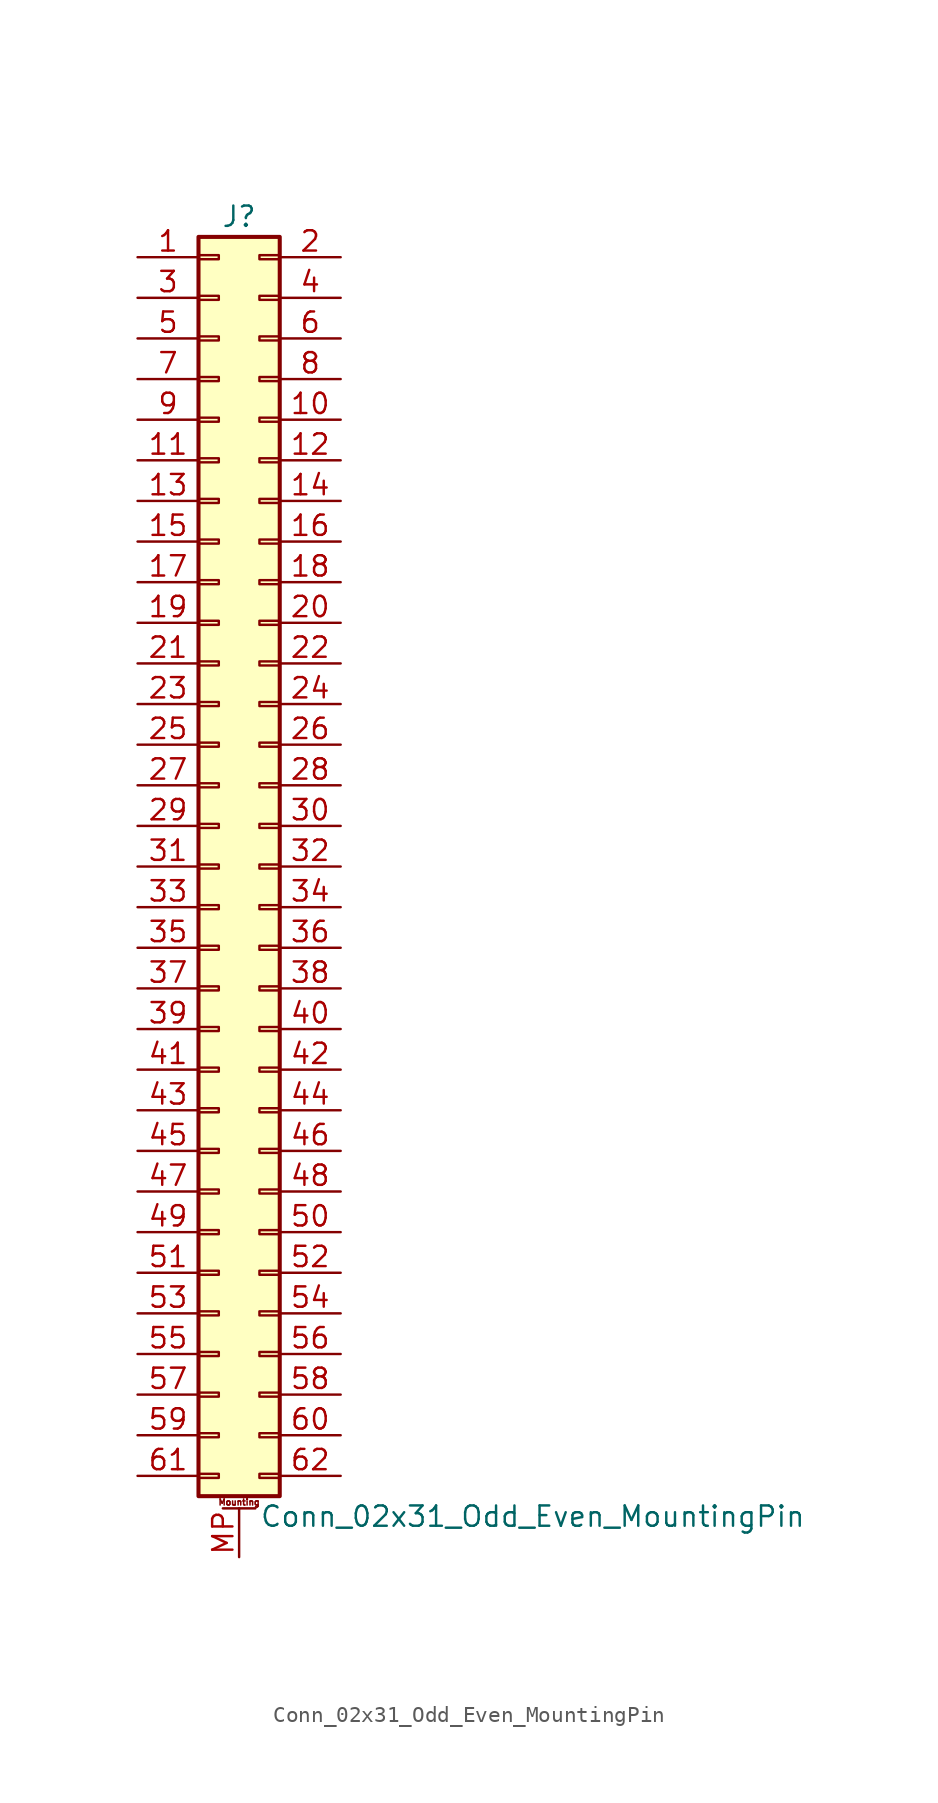
<source format=kicad_sym>
(kicad_symbol_lib
  (version 20201005)
  (generator kicad_symbol_editor)
  (symbol "Conn_02x31_Odd_Even_MountingPin"
    (pin_names
      (offset 1.016) hide)
    (property "Reference" "J"
      (at 1.27 40.64 0)
      (effects (font (size 1.27 1.27))))
    (property "Value" "Conn_02x31_Odd_Even_MountingPin"
      (at 2.54 -40.64 0)
      (effects (font (size 1.27 1.27)) (justify left)))
    (symbol "Conn_02x31_Odd_Even_MountingPin_1_1"
      (text "Mounting" (at 1.27 -39.751 0) (effects (font (size 0.381 0.381))))
      (rectangle (start -1.27 -37.973) (end 0 -38.227) (stroke (width 0.152)) (fill (type none)))
      (rectangle (start -1.27 -35.433) (end 0 -35.687) (stroke (width 0.152)) (fill (type none)))
      (rectangle (start -1.27 -32.893) (end 0 -33.147) (stroke (width 0.152)) (fill (type none)))
      (rectangle (start -1.27 -30.353) (end 0 -30.607) (stroke (width 0.152)) (fill (type none)))
      (rectangle (start -1.27 -27.813) (end 0 -28.067) (stroke (width 0.152)) (fill (type none)))
      (rectangle (start -1.27 -25.273) (end 0 -25.527) (stroke (width 0.152)) (fill (type none)))
      (rectangle (start -1.27 -22.733) (end 0 -22.987) (stroke (width 0.152)) (fill (type none)))
      (rectangle (start -1.27 -20.193) (end 0 -20.447) (stroke (width 0.152)) (fill (type none)))
      (rectangle (start -1.27 -17.653) (end 0 -17.907) (stroke (width 0.152)) (fill (type none)))
      (rectangle (start -1.27 -15.113) (end 0 -15.367) (stroke (width 0.152)) (fill (type none)))
      (rectangle (start -1.27 -12.573) (end 0 -12.827) (stroke (width 0.152)) (fill (type none)))
      (rectangle (start -1.27 -10.033) (end 0 -10.287) (stroke (width 0.152)) (fill (type none)))
      (rectangle (start -1.27 -7.493) (end 0 -7.747) (stroke (width 0.152)) (fill (type none)))
      (rectangle (start -1.27 -4.953) (end 0 -5.207) (stroke (width 0.152)) (fill (type none)))
      (rectangle (start -1.27 -2.413) (end 0 -2.667) (stroke (width 0.152)) (fill (type none)))
      (rectangle (start -1.27 0.127) (end 0 -0.127) (stroke (width 0.152)) (fill (type none)))
      (rectangle (start -1.27 2.667) (end 0 2.413) (stroke (width 0.152)) (fill (type none)))
      (rectangle (start -1.27 5.207) (end 0 4.953) (stroke (width 0.152)) (fill (type none)))
      (rectangle (start -1.27 7.747) (end 0 7.493) (stroke (width 0.152)) (fill (type none)))
      (rectangle (start -1.27 10.287) (end 0 10.033) (stroke (width 0.152)) (fill (type none)))
      (rectangle (start -1.27 12.827) (end 0 12.573) (stroke (width 0.152)) (fill (type none)))
      (rectangle (start -1.27 15.367) (end 0 15.113) (stroke (width 0.152)) (fill (type none)))
      (rectangle (start -1.27 17.907) (end 0 17.653) (stroke (width 0.152)) (fill (type none)))
      (rectangle (start -1.27 20.447) (end 0 20.193) (stroke (width 0.152)) (fill (type none)))
      (rectangle (start -1.27 22.987) (end 0 22.733) (stroke (width 0.152)) (fill (type none)))
      (rectangle (start -1.27 25.527) (end 0 25.273) (stroke (width 0.152)) (fill (type none)))
      (rectangle (start -1.27 28.067) (end 0 27.813) (stroke (width 0.152)) (fill (type none)))
      (rectangle (start -1.27 30.607) (end 0 30.353) (stroke (width 0.152)) (fill (type none)))
      (rectangle (start -1.27 33.147) (end 0 32.893) (stroke (width 0.152)) (fill (type none)))
      (rectangle (start -1.27 35.687) (end 0 35.433) (stroke (width 0.152)) (fill (type none)))
      (rectangle (start -1.27 38.227) (end 0 37.973) (stroke (width 0.152)) (fill (type none)))
      (rectangle (start 3.81 -37.973) (end 2.54 -38.227) (stroke (width 0.152)) (fill (type none)))
      (rectangle (start 3.81 -35.433) (end 2.54 -35.687) (stroke (width 0.152)) (fill (type none)))
      (rectangle (start 3.81 -32.893) (end 2.54 -33.147) (stroke (width 0.152)) (fill (type none)))
      (rectangle (start 3.81 -30.353) (end 2.54 -30.607) (stroke (width 0.152)) (fill (type none)))
      (rectangle (start 3.81 -27.813) (end 2.54 -28.067) (stroke (width 0.152)) (fill (type none)))
      (rectangle (start 3.81 -25.273) (end 2.54 -25.527) (stroke (width 0.152)) (fill (type none)))
      (rectangle (start 3.81 -22.733) (end 2.54 -22.987) (stroke (width 0.152)) (fill (type none)))
      (rectangle (start 3.81 -20.193) (end 2.54 -20.447) (stroke (width 0.152)) (fill (type none)))
      (rectangle (start 3.81 -17.653) (end 2.54 -17.907) (stroke (width 0.152)) (fill (type none)))
      (rectangle (start 3.81 -15.113) (end 2.54 -15.367) (stroke (width 0.152)) (fill (type none)))
      (rectangle (start 3.81 -12.573) (end 2.54 -12.827) (stroke (width 0.152)) (fill (type none)))
      (rectangle (start 3.81 -10.033) (end 2.54 -10.287) (stroke (width 0.152)) (fill (type none)))
      (rectangle (start 3.81 -7.493) (end 2.54 -7.747) (stroke (width 0.152)) (fill (type none)))
      (rectangle (start 3.81 -4.953) (end 2.54 -5.207) (stroke (width 0.152)) (fill (type none)))
      (rectangle (start 3.81 -2.413) (end 2.54 -2.667) (stroke (width 0.152)) (fill (type none)))
      (rectangle (start 3.81 0.127) (end 2.54 -0.127) (stroke (width 0.152)) (fill (type none)))
      (rectangle (start 3.81 2.667) (end 2.54 2.413) (stroke (width 0.152)) (fill (type none)))
      (rectangle (start 3.81 5.207) (end 2.54 4.953) (stroke (width 0.152)) (fill (type none)))
      (rectangle (start 3.81 7.747) (end 2.54 7.493) (stroke (width 0.152)) (fill (type none)))
      (rectangle (start 3.81 10.287) (end 2.54 10.033) (stroke (width 0.152)) (fill (type none)))
      (rectangle (start 3.81 12.827) (end 2.54 12.573) (stroke (width 0.152)) (fill (type none)))
      (rectangle (start 3.81 15.367) (end 2.54 15.113) (stroke (width 0.152)) (fill (type none)))
      (rectangle (start 3.81 17.907) (end 2.54 17.653) (stroke (width 0.152)) (fill (type none)))
      (rectangle (start 3.81 20.447) (end 2.54 20.193) (stroke (width 0.152)) (fill (type none)))
      (rectangle (start 3.81 22.987) (end 2.54 22.733) (stroke (width 0.152)) (fill (type none)))
      (rectangle (start 3.81 25.527) (end 2.54 25.273) (stroke (width 0.152)) (fill (type none)))
      (rectangle (start 3.81 28.067) (end 2.54 27.813) (stroke (width 0.152)) (fill (type none)))
      (rectangle (start 3.81 30.607) (end 2.54 30.353) (stroke (width 0.152)) (fill (type none)))
      (rectangle (start 3.81 33.147) (end 2.54 32.893) (stroke (width 0.152)) (fill (type none)))
      (rectangle (start 3.81 35.687) (end 2.54 35.433) (stroke (width 0.152)) (fill (type none)))
      (rectangle (start 3.81 38.227) (end 2.54 37.973) (stroke (width 0.152)) (fill (type none)))
      (rectangle (start -1.27 39.37) (end 3.81 -39.37) (stroke (width 0.254)) (fill (type background)))
      (polyline (pts (xy 0.254 -40.132) (xy 2.286 -40.132)) (stroke (width 0.152)) (fill (type none)))
      (pin passive line (at -5.08 38.1 0) (length 3.81) (name "Pin_1" (effects (font (size 1.27 1.27)))) (number "1" (effects (font (size 1.27 1.27)))))
      (pin passive line (at 7.62 27.94 180) (length 3.81) (name "Pin_10" (effects (font (size 1.27 1.27)))) (number "10" (effects (font (size 1.27 1.27)))))
      (pin passive line (at -5.08 25.4 0) (length 3.81) (name "Pin_11" (effects (font (size 1.27 1.27)))) (number "11" (effects (font (size 1.27 1.27)))))
      (pin passive line (at 7.62 25.4 180) (length 3.81) (name "Pin_12" (effects (font (size 1.27 1.27)))) (number "12" (effects (font (size 1.27 1.27)))))
      (pin passive line (at -5.08 22.86 0) (length 3.81) (name "Pin_13" (effects (font (size 1.27 1.27)))) (number "13" (effects (font (size 1.27 1.27)))))
      (pin passive line (at 7.62 22.86 180) (length 3.81) (name "Pin_14" (effects (font (size 1.27 1.27)))) (number "14" (effects (font (size 1.27 1.27)))))
      (pin passive line (at -5.08 20.32 0) (length 3.81) (name "Pin_15" (effects (font (size 1.27 1.27)))) (number "15" (effects (font (size 1.27 1.27)))))
      (pin passive line (at 7.62 20.32 180) (length 3.81) (name "Pin_16" (effects (font (size 1.27 1.27)))) (number "16" (effects (font (size 1.27 1.27)))))
      (pin passive line (at -5.08 17.78 0) (length 3.81) (name "Pin_17" (effects (font (size 1.27 1.27)))) (number "17" (effects (font (size 1.27 1.27)))))
      (pin passive line (at 7.62 17.78 180) (length 3.81) (name "Pin_18" (effects (font (size 1.27 1.27)))) (number "18" (effects (font (size 1.27 1.27)))))
      (pin passive line (at -5.08 15.24 0) (length 3.81) (name "Pin_19" (effects (font (size 1.27 1.27)))) (number "19" (effects (font (size 1.27 1.27)))))
      (pin passive line (at 7.62 38.1 180) (length 3.81) (name "Pin_2" (effects (font (size 1.27 1.27)))) (number "2" (effects (font (size 1.27 1.27)))))
      (pin passive line (at 7.62 15.24 180) (length 3.81) (name "Pin_20" (effects (font (size 1.27 1.27)))) (number "20" (effects (font (size 1.27 1.27)))))
      (pin passive line (at -5.08 12.7 0) (length 3.81) (name "Pin_21" (effects (font (size 1.27 1.27)))) (number "21" (effects (font (size 1.27 1.27)))))
      (pin passive line (at 7.62 12.7 180) (length 3.81) (name "Pin_22" (effects (font (size 1.27 1.27)))) (number "22" (effects (font (size 1.27 1.27)))))
      (pin passive line (at -5.08 10.16 0) (length 3.81) (name "Pin_23" (effects (font (size 1.27 1.27)))) (number "23" (effects (font (size 1.27 1.27)))))
      (pin passive line (at 7.62 10.16 180) (length 3.81) (name "Pin_24" (effects (font (size 1.27 1.27)))) (number "24" (effects (font (size 1.27 1.27)))))
      (pin passive line (at -5.08 7.62 0) (length 3.81) (name "Pin_25" (effects (font (size 1.27 1.27)))) (number "25" (effects (font (size 1.27 1.27)))))
      (pin passive line (at 7.62 7.62 180) (length 3.81) (name "Pin_26" (effects (font (size 1.27 1.27)))) (number "26" (effects (font (size 1.27 1.27)))))
      (pin passive line (at -5.08 5.08 0) (length 3.81) (name "Pin_27" (effects (font (size 1.27 1.27)))) (number "27" (effects (font (size 1.27 1.27)))))
      (pin passive line (at 7.62 5.08 180) (length 3.81) (name "Pin_28" (effects (font (size 1.27 1.27)))) (number "28" (effects (font (size 1.27 1.27)))))
      (pin passive line (at -5.08 2.54 0) (length 3.81) (name "Pin_29" (effects (font (size 1.27 1.27)))) (number "29" (effects (font (size 1.27 1.27)))))
      (pin passive line (at -5.08 35.56 0) (length 3.81) (name "Pin_3" (effects (font (size 1.27 1.27)))) (number "3" (effects (font (size 1.27 1.27)))))
      (pin passive line (at 7.62 2.54 180) (length 3.81) (name "Pin_30" (effects (font (size 1.27 1.27)))) (number "30" (effects (font (size 1.27 1.27)))))
      (pin passive line (at -5.08 0 0) (length 3.81) (name "Pin_31" (effects (font (size 1.27 1.27)))) (number "31" (effects (font (size 1.27 1.27)))))
      (pin passive line (at 7.62 0 180) (length 3.81) (name "Pin_32" (effects (font (size 1.27 1.27)))) (number "32" (effects (font (size 1.27 1.27)))))
      (pin passive line (at -5.08 -2.54 0) (length 3.81) (name "Pin_33" (effects (font (size 1.27 1.27)))) (number "33" (effects (font (size 1.27 1.27)))))
      (pin passive line (at 7.62 -2.54 180) (length 3.81) (name "Pin_34" (effects (font (size 1.27 1.27)))) (number "34" (effects (font (size 1.27 1.27)))))
      (pin passive line (at -5.08 -5.08 0) (length 3.81) (name "Pin_35" (effects (font (size 1.27 1.27)))) (number "35" (effects (font (size 1.27 1.27)))))
      (pin passive line (at 7.62 -5.08 180) (length 3.81) (name "Pin_36" (effects (font (size 1.27 1.27)))) (number "36" (effects (font (size 1.27 1.27)))))
      (pin passive line (at -5.08 -7.62 0) (length 3.81) (name "Pin_37" (effects (font (size 1.27 1.27)))) (number "37" (effects (font (size 1.27 1.27)))))
      (pin passive line (at 7.62 -7.62 180) (length 3.81) (name "Pin_38" (effects (font (size 1.27 1.27)))) (number "38" (effects (font (size 1.27 1.27)))))
      (pin passive line (at -5.08 -10.16 0) (length 3.81) (name "Pin_39" (effects (font (size 1.27 1.27)))) (number "39" (effects (font (size 1.27 1.27)))))
      (pin passive line (at 7.62 35.56 180) (length 3.81) (name "Pin_4" (effects (font (size 1.27 1.27)))) (number "4" (effects (font (size 1.27 1.27)))))
      (pin passive line (at 7.62 -10.16 180) (length 3.81) (name "Pin_40" (effects (font (size 1.27 1.27)))) (number "40" (effects (font (size 1.27 1.27)))))
      (pin passive line (at -5.08 -12.7 0) (length 3.81) (name "Pin_41" (effects (font (size 1.27 1.27)))) (number "41" (effects (font (size 1.27 1.27)))))
      (pin passive line (at 7.62 -12.7 180) (length 3.81) (name "Pin_42" (effects (font (size 1.27 1.27)))) (number "42" (effects (font (size 1.27 1.27)))))
      (pin passive line (at -5.08 -15.24 0) (length 3.81) (name "Pin_43" (effects (font (size 1.27 1.27)))) (number "43" (effects (font (size 1.27 1.27)))))
      (pin passive line (at 7.62 -15.24 180) (length 3.81) (name "Pin_44" (effects (font (size 1.27 1.27)))) (number "44" (effects (font (size 1.27 1.27)))))
      (pin passive line (at -5.08 -17.78 0) (length 3.81) (name "Pin_45" (effects (font (size 1.27 1.27)))) (number "45" (effects (font (size 1.27 1.27)))))
      (pin passive line (at 7.62 -17.78 180) (length 3.81) (name "Pin_46" (effects (font (size 1.27 1.27)))) (number "46" (effects (font (size 1.27 1.27)))))
      (pin passive line (at -5.08 -20.32 0) (length 3.81) (name "Pin_47" (effects (font (size 1.27 1.27)))) (number "47" (effects (font (size 1.27 1.27)))))
      (pin passive line (at 7.62 -20.32 180) (length 3.81) (name "Pin_48" (effects (font (size 1.27 1.27)))) (number "48" (effects (font (size 1.27 1.27)))))
      (pin passive line (at -5.08 -22.86 0) (length 3.81) (name "Pin_49" (effects (font (size 1.27 1.27)))) (number "49" (effects (font (size 1.27 1.27)))))
      (pin passive line (at -5.08 33.02 0) (length 3.81) (name "Pin_5" (effects (font (size 1.27 1.27)))) (number "5" (effects (font (size 1.27 1.27)))))
      (pin passive line (at 7.62 -22.86 180) (length 3.81) (name "Pin_50" (effects (font (size 1.27 1.27)))) (number "50" (effects (font (size 1.27 1.27)))))
      (pin passive line (at -5.08 -25.4 0) (length 3.81) (name "Pin_51" (effects (font (size 1.27 1.27)))) (number "51" (effects (font (size 1.27 1.27)))))
      (pin passive line (at 7.62 -25.4 180) (length 3.81) (name "Pin_52" (effects (font (size 1.27 1.27)))) (number "52" (effects (font (size 1.27 1.27)))))
      (pin passive line (at -5.08 -27.94 0) (length 3.81) (name "Pin_53" (effects (font (size 1.27 1.27)))) (number "53" (effects (font (size 1.27 1.27)))))
      (pin passive line (at 7.62 -27.94 180) (length 3.81) (name "Pin_54" (effects (font (size 1.27 1.27)))) (number "54" (effects (font (size 1.27 1.27)))))
      (pin passive line (at -5.08 -30.48 0) (length 3.81) (name "Pin_55" (effects (font (size 1.27 1.27)))) (number "55" (effects (font (size 1.27 1.27)))))
      (pin passive line (at 7.62 -30.48 180) (length 3.81) (name "Pin_56" (effects (font (size 1.27 1.27)))) (number "56" (effects (font (size 1.27 1.27)))))
      (pin passive line (at -5.08 -33.02 0) (length 3.81) (name "Pin_57" (effects (font (size 1.27 1.27)))) (number "57" (effects (font (size 1.27 1.27)))))
      (pin passive line (at 7.62 -33.02 180) (length 3.81) (name "Pin_58" (effects (font (size 1.27 1.27)))) (number "58" (effects (font (size 1.27 1.27)))))
      (pin passive line (at -5.08 -35.56 0) (length 3.81) (name "Pin_59" (effects (font (size 1.27 1.27)))) (number "59" (effects (font (size 1.27 1.27)))))
      (pin passive line (at 7.62 33.02 180) (length 3.81) (name "Pin_6" (effects (font (size 1.27 1.27)))) (number "6" (effects (font (size 1.27 1.27)))))
      (pin passive line (at 7.62 -35.56 180) (length 3.81) (name "Pin_60" (effects (font (size 1.27 1.27)))) (number "60" (effects (font (size 1.27 1.27)))))
      (pin passive line (at -5.08 -38.1 0) (length 3.81) (name "Pin_61" (effects (font (size 1.27 1.27)))) (number "61" (effects (font (size 1.27 1.27)))))
      (pin passive line (at 7.62 -38.1 180) (length 3.81) (name "Pin_62" (effects (font (size 1.27 1.27)))) (number "62" (effects (font (size 1.27 1.27)))))
      (pin passive line (at -5.08 30.48 0) (length 3.81) (name "Pin_7" (effects (font (size 1.27 1.27)))) (number "7" (effects (font (size 1.27 1.27)))))
      (pin passive line (at 7.62 30.48 180) (length 3.81) (name "Pin_8" (effects (font (size 1.27 1.27)))) (number "8" (effects (font (size 1.27 1.27)))))
      (pin passive line (at -5.08 27.94 0) (length 3.81) (name "Pin_9" (effects (font (size 1.27 1.27)))) (number "9" (effects (font (size 1.27 1.27)))))
      (pin passive line (at 1.27 -43.18 90) (length 3.048) (name "MountPin" (effects (font (size 1.27 1.27)))) (number "MP" (effects (font (size 1.27 1.27))))))))
</source>
